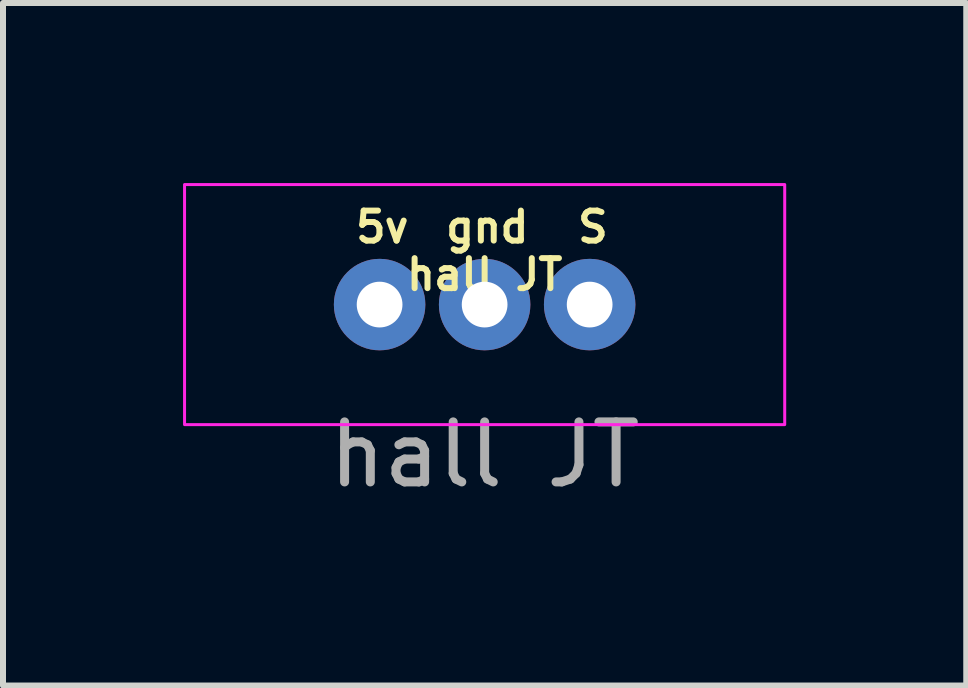
<source format=kicad_pcb>
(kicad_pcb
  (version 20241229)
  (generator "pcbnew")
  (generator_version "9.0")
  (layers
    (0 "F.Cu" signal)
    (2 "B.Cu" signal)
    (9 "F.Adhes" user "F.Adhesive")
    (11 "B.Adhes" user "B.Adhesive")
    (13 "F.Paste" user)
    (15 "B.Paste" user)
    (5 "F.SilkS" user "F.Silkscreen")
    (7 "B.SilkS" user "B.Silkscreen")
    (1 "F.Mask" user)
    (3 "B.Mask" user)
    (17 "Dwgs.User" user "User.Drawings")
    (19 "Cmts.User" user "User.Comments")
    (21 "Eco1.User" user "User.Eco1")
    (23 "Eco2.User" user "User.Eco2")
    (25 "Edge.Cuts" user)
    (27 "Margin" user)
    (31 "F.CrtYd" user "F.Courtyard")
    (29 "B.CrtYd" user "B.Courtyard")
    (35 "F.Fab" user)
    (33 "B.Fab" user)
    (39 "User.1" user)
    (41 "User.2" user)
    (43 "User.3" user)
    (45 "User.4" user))
  (footprint "hall JT"
    (layer "F.Cu")
    (at 5.025 2.025)
    (property "Reference" "hall JT" (at 0 -0.5 0) (unlocked yes) (layer "F.SilkS") (effects (font (size 0.5 0.5) (thickness 0.1))))
    (attr through_hole)
    (fp_rect (start -5 -2) (end 5 2) (stroke (width 0.05) (type default)) (fill no) (layer "F.CrtYd"))
    (fp_text user "gnd" (at -0.7 -1 0) (unlocked yes) (layer "F.SilkS") (effects (font (size 0.5 0.5) (thickness 0.1)) (justify left bottom)))
    (fp_text user "5v" (at -2.2 -1 0) (unlocked yes) (layer "F.SilkS") (effects (font (size 0.5 0.5) (thickness 0.1)) (justify left bottom)))
    (fp_text user "S" (at 1.5 -1 0) (unlocked yes) (layer "F.SilkS") (effects (font (size 0.5 0.5) (thickness 0.1)) (justify left bottom)))
    (fp_text user "${REFERENCE}" (at 0 2.5 0) (unlocked yes) (layer "F.Fab") (effects (font (size 1 1) (thickness 0.15))))
    (pad "1" thru_hole circle (at -1.75 0) (size 1.524 1.524) (drill 0.762) (layers "*.Cu" "*.Mask"))
    (pad "2" thru_hole circle (at 0 0) (size 1.524 1.524) (drill 0.762) (layers "*.Cu" "*.Mask"))
    (pad "3" thru_hole circle (at 1.75 0) (size 1.524 1.524) (drill 0.762) (layers "*.Cu" "*.Mask")))
  (gr_rect
    (start -3 -3)
    (end 13.05 8.373)
    (stroke (width 0.1) (type default))
    (fill no)
    (layer "Edge.Cuts")))
</source>
